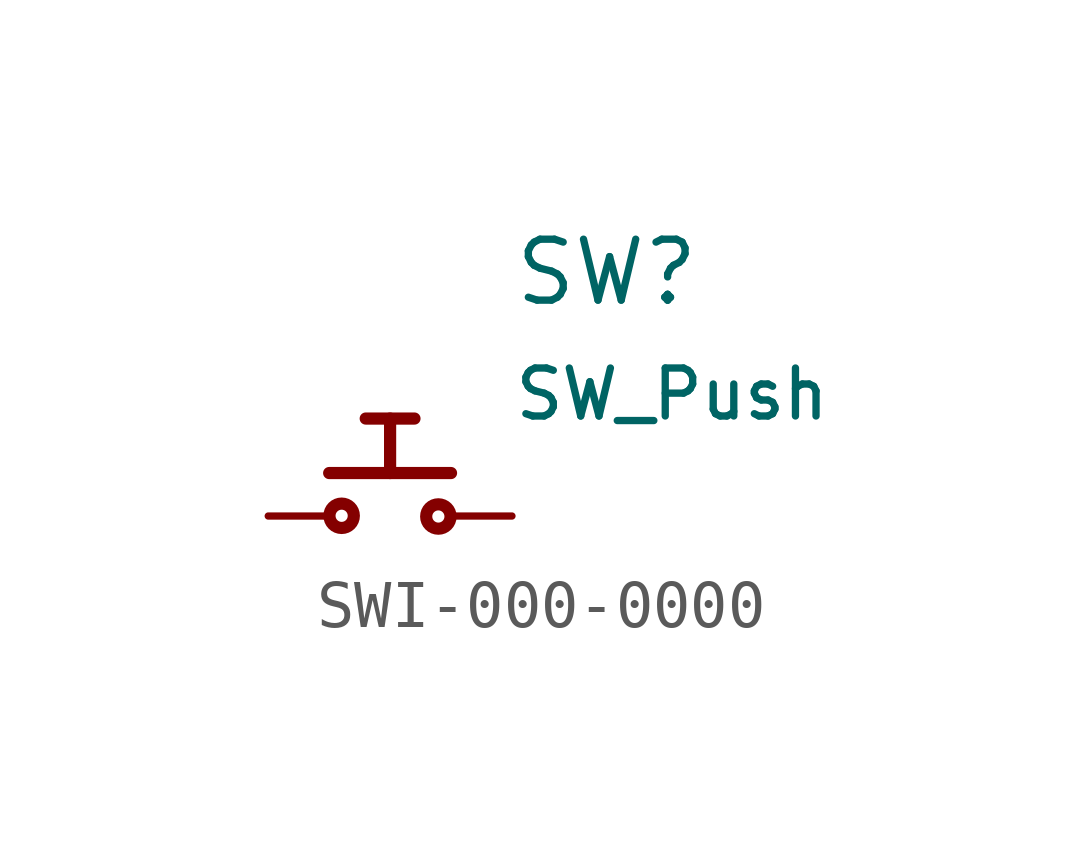
<source format=kicad_sym>
(kicad_symbol_lib
  (version 20241209)
  (generator "kicad_symbol_editor")
  (generator_version "9.0")
  (symbol "SWI-000-0000"
    (pin_numbers
      (hide yes))
    (pin_names
      (offset 1.016)
      (hide yes))
    (property "Reference" "SW"
      (at 2.54 5.08 0)
      (effects (font (size 1.27 1.27)) (justify left)))
    (property "Value" "SW_Push"
      (at 2.54 2.54 0)
      (effects (font (size 1 1)) (justify left)))
    (symbol "SWI-000-0000_1_1"
      (circle (center -1.01 0.005) (radius 0.254) (stroke (width 0.254) (type solid)) (fill (type none)))
      (polyline (pts (xy 0 0.896) (xy 0 2.032)) (stroke (width 0.254) (type solid)) (fill (type none)))
      (polyline (pts (xy 0.508 2.032) (xy -0.508 2.032)) (stroke (width 0.254) (type solid)) (fill (type none)))
      (circle (center 1.006 -0.01) (radius 0.254) (stroke (width 0.254) (type solid)) (fill (type none)))
      (polyline (pts (xy 1.27 0.896) (xy -1.27 0.896)) (stroke (width 0.254) (type solid)) (fill (type none)))
      (pin passive line (at -2.54 0 0) (length 1.27) (name "1" (effects (font (size 1.27 1.27)))) (number "1" (effects (font (size 1.27 1.27)))))
      (pin passive line (at 2.54 0 180) (length 1.27) (name "2" (effects (font (size 1.27 1.27)))) (number "2" (effects (font (size 1.27 1.27))))))))
</source>
